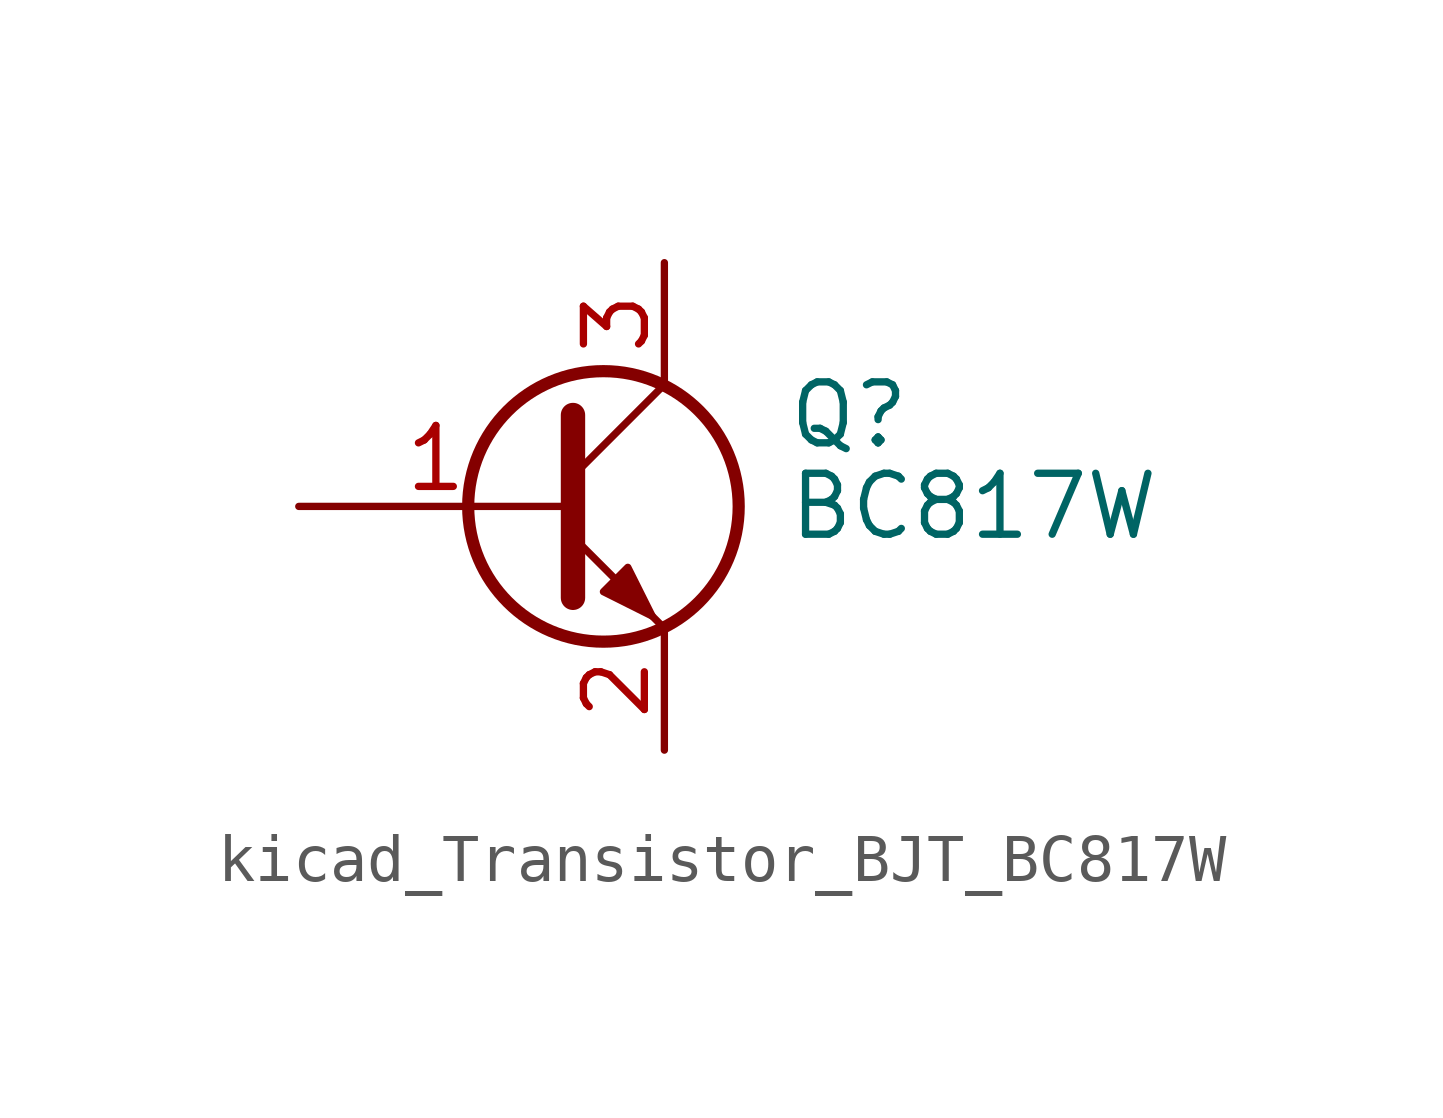
<source format=kicad_sym>
(kicad_symbol_lib
  (version 20220914)
  (generator kicad_symbol_editor)
  (symbol "kicad_Transistor_BJT_BC817W"
    (pin_names
      (offset 0) hide)
    (property "Reference" "Q"
      (at 5.08 1.905 0)
      (effects (font (size 1.27 1.27)) (justify left)))
    (property "Value" "BC817W"
      (at 5.08 0 0)
      (effects (font (size 1.27 1.27)) (justify left)))
    (symbol "kicad_Transistor_BJT_BC817W_0_1"
      (polyline (pts (xy 0.635 0.635) (xy 2.54 2.54)) (stroke (width 0) (type default)) (fill (type none)))
      (polyline (pts (xy 0.635 -0.635) (xy 2.54 -2.54) (xy 2.54 -2.54)) (stroke (width 0) (type default)) (fill (type none)))
      (polyline (pts (xy 0.635 1.905) (xy 0.635 -1.905) (xy 0.635 -1.905)) (stroke (width 0.508) (type default)) (fill (type none)))
      (polyline (pts (xy 1.27 -1.778) (xy 1.778 -1.27) (xy 2.286 -2.286) (xy 1.27 -1.778) (xy 1.27 -1.778)) (stroke (width 0) (type default)) (fill (type outline)))
      (circle (center 1.27 0) (radius 2.819) (stroke (width 0.254) (type default)) (fill (type none))))
    (symbol "kicad_Transistor_BJT_BC817W_1_1"
      (pin input line (at -5.08 0 0) (length 5.715) (name "B" (effects (font (size 1.27 1.27)))) (number "1" (effects (font (size 1.27 1.27)))))
      (pin passive line (at 2.54 -5.08 90) (length 2.54) (name "E" (effects (font (size 1.27 1.27)))) (number "2" (effects (font (size 1.27 1.27)))))
      (pin passive line (at 2.54 5.08 270) (length 2.54) (name "C" (effects (font (size 1.27 1.27)))) (number "3" (effects (font (size 1.27 1.27))))))))
</source>
